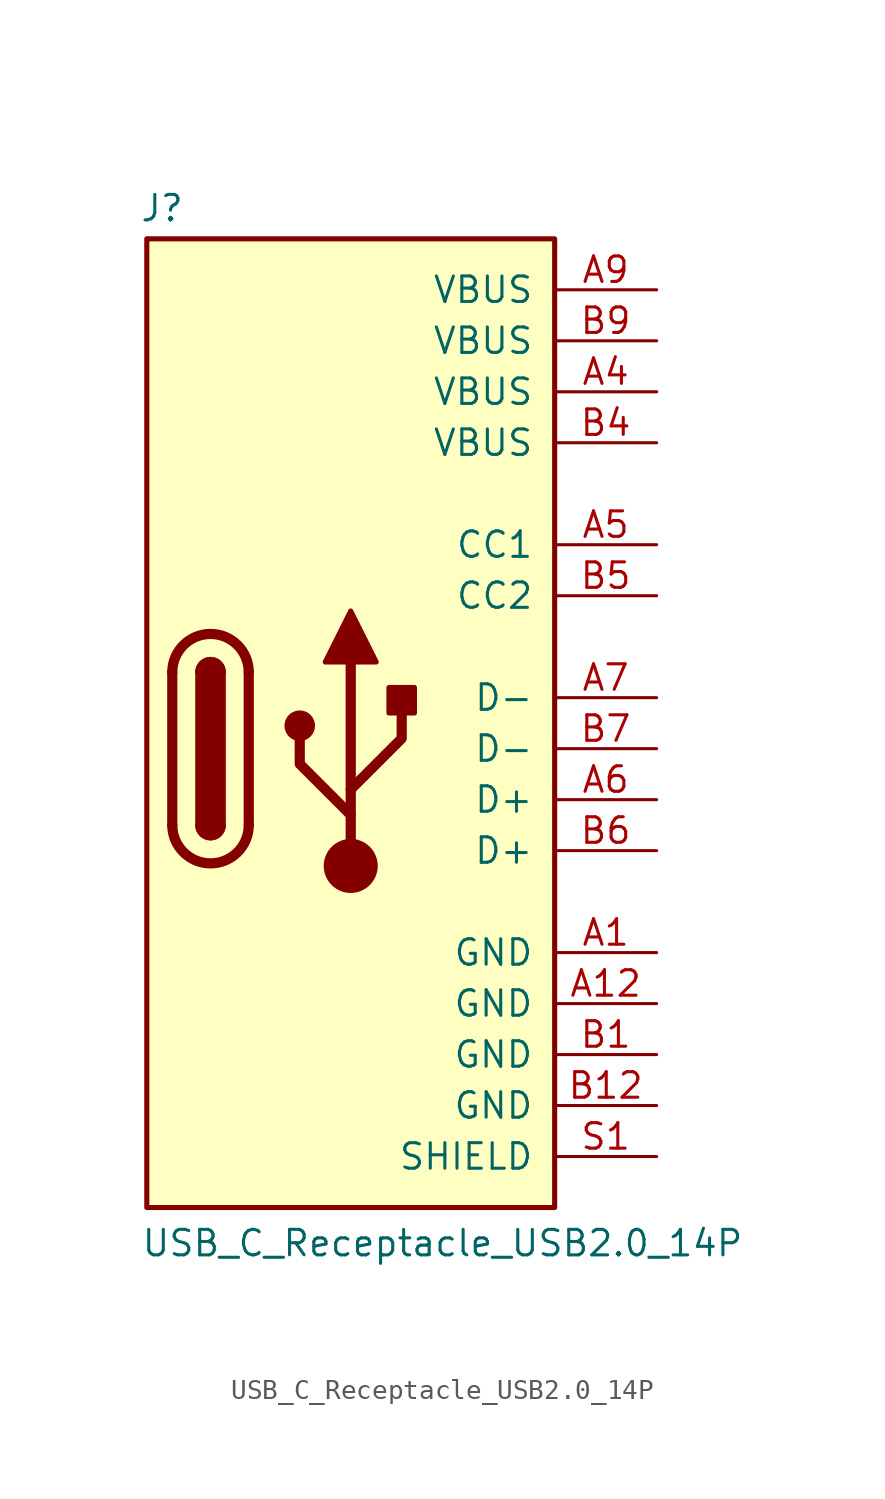
<source format=kicad_sym>
(kicad_symbol_lib
  (version 20241209)
  (generator "kicad_symbol_editor")
  (generator_version "9.0")
  (symbol "USB_C_Receptacle_USB2.0_14P"
    (pin_names
      (offset 1.016))
    (property "Reference" "J"
      (at -9.398 26.924 0)
      (effects (font (size 1.27 1.27))))
    (property "Value" "USB_C_Receptacle_USB2.0_14P"
      (at 4.572 -24.638 0)
      (effects (font (size 1.27 1.27))))
    (symbol "USB_C_Receptacle_USB2.0_14P_0_1"
      (rectangle (start -10.16 25.4) (end 10.16 -22.86) (stroke (width 0.254) (type default)) (fill (type background)))
      (polyline (pts (xy -8.89 -3.81) (xy -8.89 3.81)) (stroke (width 0.508) (type default)) (fill (type none)))
      (rectangle (start -7.62 -3.81) (end -6.35 3.81) (stroke (width 0.254) (type default)) (fill (type outline)))
      (arc (start -7.62 3.81) (mid -6.985 4.4423) (end -6.35 3.81) (stroke (width 0.254) (type default)) (fill (type none)))
      (arc (start -7.62 3.81) (mid -6.985 4.4423) (end -6.35 3.81) (stroke (width 0.254) (type default)) (fill (type outline)))
      (arc (start -8.89 3.81) (mid -6.985 5.7067) (end -5.08 3.81) (stroke (width 0.508) (type default)) (fill (type none)))
      (arc (start -5.08 -3.81) (mid -6.985 -5.7067) (end -8.89 -3.81) (stroke (width 0.508) (type default)) (fill (type none)))
      (arc (start -6.35 -3.81) (mid -6.985 -4.4423) (end -7.62 -3.81) (stroke (width 0.254) (type default)) (fill (type none)))
      (arc (start -6.35 -3.81) (mid -6.985 -4.4423) (end -7.62 -3.81) (stroke (width 0.254) (type default)) (fill (type outline)))
      (polyline (pts (xy -5.08 3.81) (xy -5.08 -3.81)) (stroke (width 0.508) (type default)) (fill (type none)))
      (circle (center -2.54 1.143) (radius 0.635) (stroke (width 0.254) (type default)) (fill (type outline)))
      (polyline (pts (xy -1.27 4.318) (xy 0 6.858) (xy 1.27 4.318) (xy -1.27 4.318)) (stroke (width 0.254) (type default)) (fill (type outline)))
      (polyline (pts (xy 0 -2.032) (xy 2.54 0.508) (xy 2.54 1.778)) (stroke (width 0.508) (type default)) (fill (type none)))
      (polyline (pts (xy 0 -3.302) (xy -2.54 -0.762) (xy -2.54 0.508)) (stroke (width 0.508) (type default)) (fill (type none)))
      (polyline (pts (xy 0 -5.842) (xy 0 4.318)) (stroke (width 0.508) (type default)) (fill (type none)))
      (circle (center 0 -5.842) (radius 1.27) (stroke (width 0) (type default)) (fill (type outline)))
      (rectangle (start 1.905 1.778) (end 3.175 3.048) (stroke (width 0.254) (type default)) (fill (type outline))))
    (symbol "USB_C_Receptacle_USB2.0_14P_1_1"
      (pin passive line (at 15.24 22.86 180) (length 5.08) (name "VBUS" (effects (font (size 1.27 1.27)))) (number "A9" (effects (font (size 1.27 1.27)))))
      (pin passive line (at 15.24 20.32 180) (length 5.08) (name "VBUS" (effects (font (size 1.27 1.27)))) (number "B9" (effects (font (size 1.27 1.27)))))
      (pin passive line (at 15.24 17.78 180) (length 5.08) (name "VBUS" (effects (font (size 1.27 1.27)))) (number "A4" (effects (font (size 1.27 1.27)))))
      (pin passive line (at 15.24 15.24 180) (length 5.08) (name "VBUS" (effects (font (size 1.27 1.27)))) (number "B4" (effects (font (size 1.27 1.27)))))
      (pin bidirectional line (at 15.24 10.16 180) (length 5.08) (name "CC1" (effects (font (size 1.27 1.27)))) (number "A5" (effects (font (size 1.27 1.27)))))
      (pin bidirectional line (at 15.24 7.62 180) (length 5.08) (name "CC2" (effects (font (size 1.27 1.27)))) (number "B5" (effects (font (size 1.27 1.27)))))
      (pin bidirectional line (at 15.24 2.54 180) (length 5.08) (name "D-" (effects (font (size 1.27 1.27)))) (number "A7" (effects (font (size 1.27 1.27)))))
      (pin bidirectional line (at 15.24 0 180) (length 5.08) (name "D-" (effects (font (size 1.27 1.27)))) (number "B7" (effects (font (size 1.27 1.27)))))
      (pin bidirectional line (at 15.24 -2.54 180) (length 5.08) (name "D+" (effects (font (size 1.27 1.27)))) (number "A6" (effects (font (size 1.27 1.27)))))
      (pin bidirectional line (at 15.24 -5.08 180) (length 5.08) (name "D+" (effects (font (size 1.27 1.27)))) (number "B6" (effects (font (size 1.27 1.27)))))
      (pin passive line (at 15.24 -10.16 180) (length 5.08) (name "GND" (effects (font (size 1.27 1.27)))) (number "A1" (effects (font (size 1.27 1.27)))))
      (pin passive line (at 15.24 -12.7 180) (length 5.08) (name "GND" (effects (font (size 1.27 1.27)))) (number "A12" (effects (font (size 1.27 1.27)))))
      (pin passive line (at 15.24 -15.24 180) (length 5.08) (name "GND" (effects (font (size 1.27 1.27)))) (number "B1" (effects (font (size 1.27 1.27)))))
      (pin passive line (at 15.24 -17.78 180) (length 5.08) (name "GND" (effects (font (size 1.27 1.27)))) (number "B12" (effects (font (size 1.27 1.27)))))
      (pin passive line (at 15.24 -20.32 180) (length 5.08) (name "SHIELD" (effects (font (size 1.27 1.27)))) (number "S1" (effects (font (size 1.27 1.27))))))))
</source>
